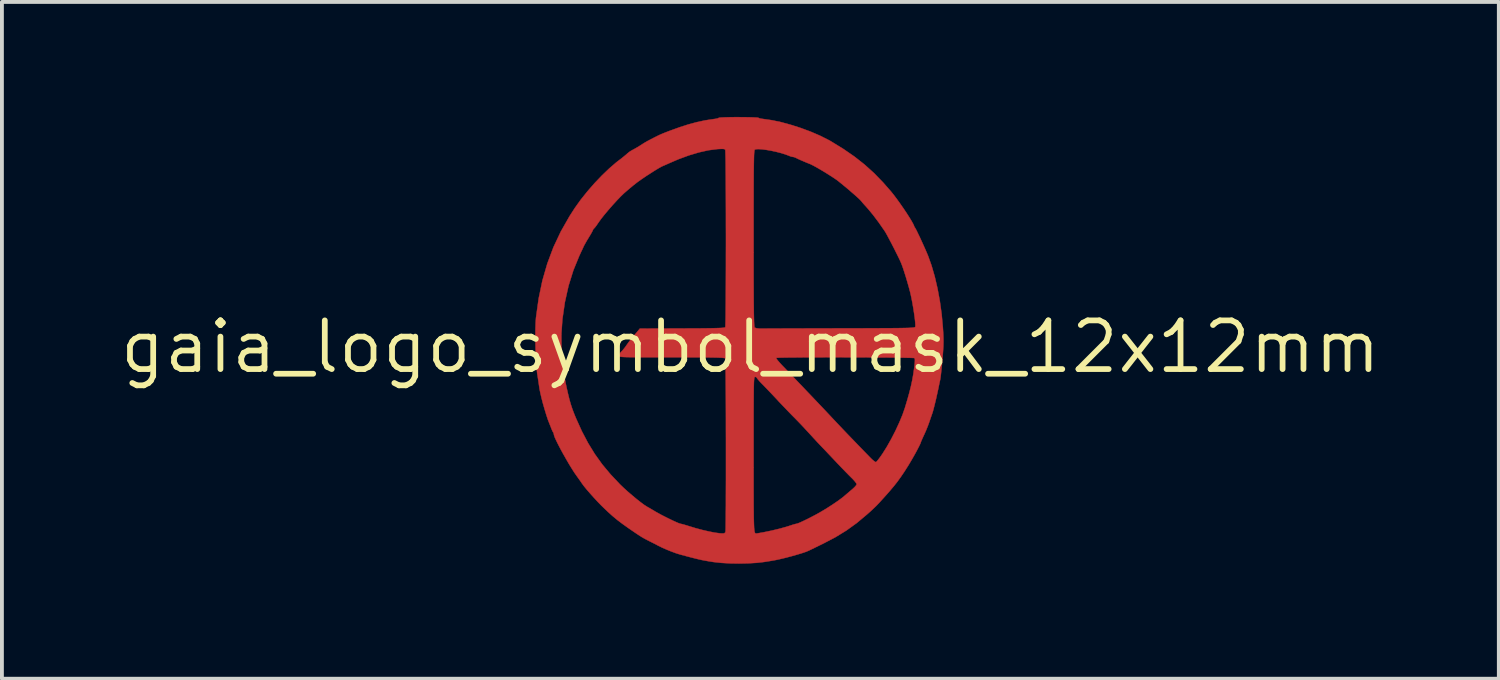
<source format=kicad_pcb>
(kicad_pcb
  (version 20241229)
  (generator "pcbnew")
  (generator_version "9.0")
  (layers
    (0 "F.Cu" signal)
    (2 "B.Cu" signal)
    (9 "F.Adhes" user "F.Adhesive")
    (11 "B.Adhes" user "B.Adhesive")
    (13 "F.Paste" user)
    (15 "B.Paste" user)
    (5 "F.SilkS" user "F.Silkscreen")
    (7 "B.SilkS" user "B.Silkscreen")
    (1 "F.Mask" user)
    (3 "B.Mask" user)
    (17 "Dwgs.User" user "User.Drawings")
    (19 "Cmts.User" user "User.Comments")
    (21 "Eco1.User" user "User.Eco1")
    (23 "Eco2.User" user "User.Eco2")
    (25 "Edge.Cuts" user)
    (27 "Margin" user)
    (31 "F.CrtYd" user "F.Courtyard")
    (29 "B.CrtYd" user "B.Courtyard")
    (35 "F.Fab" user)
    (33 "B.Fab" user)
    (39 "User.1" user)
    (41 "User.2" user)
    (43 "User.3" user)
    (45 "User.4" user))
  (footprint "gaia_logo_symbol_mask_12x12mm"
    (layer "F.Cu")
    (at 16.517 5.995)
    (property "Reference" "gaia_logo_symbol_mask_12x12mm" (at 0 0 0) (layer "F.SilkS") (effects (font (size 1.27 1.27) (thickness 0.15))))
    (attr through_hole)
    (fp_poly (pts (xy -0.164 -5.989) (xy -0.036 -5.987) (xy 0.071 -5.984) (xy 0.152 -5.98) (xy 0.2 -5.976) (xy 0.212 -5.972) (xy 0.231 -5.961) (xy 0.282 -5.95) (xy 0.353 -5.94) (xy 0.355 -5.94) (xy 0.569 -5.909) (xy 0.809 -5.858) (xy 1.063 -5.788) (xy 1.322 -5.705) (xy 1.577 -5.61) (xy 1.816 -5.507) (xy 2.031 -5.399) (xy 2.1 -5.361) (xy 2.424 -5.162) (xy 2.714 -4.962) (xy 2.978 -4.754) (xy 3.224 -4.532) (xy 3.461 -4.288) (xy 3.676 -4.042) (xy 3.749 -3.95) (xy 3.829 -3.843) (xy 3.912 -3.727) (xy 3.996 -3.606) (xy 4.075 -3.488) (xy 4.146 -3.377) (xy 4.205 -3.28) (xy 4.248 -3.202) (xy 4.272 -3.149) (xy 4.276 -3.133) (xy 4.291 -3.109) (xy 4.293 -3.108) (xy 4.306 -3.087) (xy 4.334 -3.035) (xy 4.371 -2.958) (xy 4.417 -2.863) (xy 4.466 -2.756) (xy 4.516 -2.646) (xy 4.564 -2.539) (xy 4.606 -2.441) (xy 4.632 -2.38) (xy 4.724 -2.124) (xy 4.808 -1.835) (xy 4.881 -1.521) (xy 4.942 -1.19) (xy 4.989 -0.851) (xy 5.02 -0.511) (xy 5.021 -0.5) (xy 5.03 -0.357) (xy 5.035 -0.236) (xy 5.036 -0.125) (xy 5.033 -0.011) (xy 5.025 0.118) (xy 5.013 0.274) (xy 5.009 0.315) (xy 4.997 0.453) (xy 4.984 0.583) (xy 4.972 0.696) (xy 4.962 0.785) (xy 4.953 0.841) (xy 4.952 0.847) (xy 4.938 0.912) (xy 4.919 1.002) (xy 4.899 1.101) (xy 4.892 1.132) (xy 4.867 1.247) (xy 4.84 1.368) (xy 4.811 1.487) (xy 4.784 1.594) (xy 4.761 1.681) (xy 4.743 1.738) (xy 4.74 1.746) (xy 4.726 1.786) (xy 4.703 1.852) (xy 4.675 1.934) (xy 4.667 1.958) (xy 4.629 2.062) (xy 4.581 2.181) (xy 4.533 2.289) (xy 4.527 2.301) (xy 4.491 2.38) (xy 4.463 2.443) (xy 4.447 2.482) (xy 4.445 2.489) (xy 4.435 2.519) (xy 4.407 2.578) (xy 4.365 2.66) (xy 4.314 2.756) (xy 4.256 2.86) (xy 4.196 2.964) (xy 4.138 3.062) (xy 4.114 3.101) (xy 4.013 3.26) (xy 3.922 3.394) (xy 3.834 3.516) (xy 3.74 3.635) (xy 3.631 3.764) (xy 3.527 3.882) (xy 3.43 3.989) (xy 3.352 4.075) (xy 3.283 4.147) (xy 3.213 4.214) (xy 3.134 4.288) (xy 3.037 4.374) (xy 2.774 4.594) (xy 2.505 4.788) (xy 2.218 4.964) (xy 1.901 5.13) (xy 1.893 5.134) (xy 1.781 5.188) (xy 1.681 5.237) (xy 1.599 5.277) (xy 1.542 5.305) (xy 1.518 5.316) (xy 1.451 5.344) (xy 1.348 5.379) (xy 1.215 5.419) (xy 1.092 5.454) (xy 0.935 5.496) (xy 0.803 5.528) (xy 0.682 5.555) (xy 0.557 5.578) (xy 0.413 5.601) (xy 0.364 5.609) (xy 0.166 5.632) (xy -0.059 5.645) (xy -0.297 5.65) (xy -0.536 5.646) (xy -0.762 5.633) (xy -0.961 5.611) (xy -0.974 5.609) (xy -1.081 5.592) (xy -1.177 5.575) (xy -1.271 5.557) (xy -1.371 5.534) (xy -1.484 5.506) (xy -1.62 5.471) (xy -1.785 5.427) (xy -1.849 5.409) (xy -1.939 5.381) (xy -2.053 5.339) (xy -2.175 5.29) (xy -2.292 5.239) (xy -2.388 5.192) (xy -2.412 5.18) (xy -2.474 5.146) (xy -2.552 5.107) (xy -2.592 5.087) (xy -2.693 5.036) (xy -2.772 4.994) (xy -2.842 4.953) (xy -2.92 4.903) (xy -2.995 4.853) (xy -3.179 4.727) (xy -3.335 4.616) (xy -3.472 4.512) (xy -3.597 4.408) (xy -3.719 4.298) (xy -3.846 4.176) (xy -3.895 4.128) (xy -3.986 4.034) (xy -4.082 3.93) (xy -4.177 3.824) (xy -4.264 3.724) (xy -4.335 3.637) (xy -4.383 3.573) (xy -4.385 3.57) (xy -4.43 3.504) (xy -4.487 3.424) (xy -4.529 3.365) (xy -4.589 3.28) (xy -4.656 3.174) (xy -4.73 3.054) (xy -4.805 2.924) (xy -4.88 2.792) (xy -4.95 2.664) (xy -5.012 2.545) (xy -5.063 2.441) (xy -5.101 2.358) (xy -5.12 2.303) (xy -5.122 2.289) (xy -5.132 2.246) (xy -5.14 2.232) (xy -5.159 2.2) (xy -5.182 2.147) (xy -5.186 2.138) (xy -5.213 2.067) (xy -5.24 2.001) (xy -5.24 2) (xy -5.278 1.903) (xy -5.32 1.776) (xy -5.364 1.631) (xy -5.408 1.478) (xy -5.447 1.328) (xy -5.478 1.193) (xy -5.5 1.084) (xy -5.503 1.06) (xy -5.515 0.977) (xy -5.531 0.869) (xy -5.549 0.754) (xy -5.558 0.699) (xy -5.571 0.585) (xy -5.583 0.439) (xy -5.593 0.268) (xy -5.6 0.082) (xy -5.604 -0.109) (xy -5.606 -0.297) (xy -5.605 -0.328) (xy -4.928 -0.328) (xy -4.926 0.069) (xy -4.897 0.46) (xy -4.84 0.831) (xy -4.837 0.842) (xy -4.795 1.048) (xy -4.756 1.22) (xy -4.72 1.367) (xy -4.683 1.497) (xy -4.643 1.618) (xy -4.598 1.737) (xy -4.55 1.855) (xy -4.394 2.2) (xy -4.231 2.51) (xy -4.056 2.795) (xy -3.864 3.063) (xy -3.648 3.322) (xy -3.404 3.581) (xy -3.397 3.588) (xy -3.303 3.678) (xy -3.194 3.777) (xy -3.078 3.876) (xy -2.963 3.972) (xy -2.856 4.056) (xy -2.764 4.124) (xy -2.694 4.168) (xy -2.692 4.17) (xy -2.647 4.195) (xy -2.578 4.235) (xy -2.501 4.281) (xy -2.487 4.29) (xy -2.41 4.333) (xy -2.317 4.384) (xy -2.213 4.437) (xy -2.108 4.489) (xy -2.008 4.537) (xy -1.922 4.576) (xy -1.857 4.603) (xy -1.821 4.614) (xy -1.819 4.614) (xy -1.788 4.621) (xy -1.726 4.637) (xy -1.646 4.661) (xy -1.599 4.676) (xy -1.424 4.729) (xy -1.248 4.776) (xy -1.079 4.815) (xy -0.926 4.845) (xy -0.798 4.862) (xy -0.738 4.866) (xy -0.684 4.863) (xy -0.657 4.843) (xy -0.649 4.821) (xy -0.646 4.791) (xy -0.644 4.723) (xy -0.643 4.62) (xy -0.641 4.485) (xy -0.64 4.322) (xy -0.638 4.134) (xy -0.638 3.924) (xy -0.637 3.696) (xy -0.636 3.453) (xy -0.636 3.198) (xy -0.636 2.935) (xy -0.636 2.813) (xy 0.085 2.813) (xy 0.085 3.153) (xy 0.085 3.453) (xy 0.085 3.715) (xy 0.086 3.943) (xy 0.086 4.138) (xy 0.088 4.303) (xy 0.089 4.441) (xy 0.092 4.555) (xy 0.095 4.646) (xy 0.098 4.716) (xy 0.103 4.77) (xy 0.108 4.809) (xy 0.114 4.835) (xy 0.122 4.852) (xy 0.13 4.861) (xy 0.14 4.865) (xy 0.151 4.867) (xy 0.151 4.867) (xy 0.177 4.864) (xy 0.234 4.855) (xy 0.311 4.841) (xy 0.342 4.836) (xy 0.55 4.793) (xy 0.754 4.744) (xy 0.939 4.693) (xy 1.027 4.665) (xy 1.102 4.64) (xy 1.164 4.622) (xy 1.198 4.615) (xy 1.2 4.614) (xy 1.236 4.605) (xy 1.302 4.578) (xy 1.39 4.537) (xy 1.494 4.487) (xy 1.605 4.43) (xy 1.717 4.371) (xy 1.819 4.314) (xy 1.982 4.217) (xy 2.139 4.116) (xy 2.282 4.019) (xy 2.402 3.93) (xy 2.468 3.875) (xy 2.533 3.819) (xy 2.611 3.753) (xy 2.664 3.708) (xy 2.719 3.657) (xy 2.759 3.611) (xy 2.773 3.581) (xy 2.759 3.552) (xy 2.72 3.502) (xy 2.664 3.44) (xy 2.63 3.407) (xy 2.564 3.341) (xy 2.479 3.254) (xy 2.383 3.155) (xy 2.286 3.053) (xy 2.244 3.009) (xy 2.151 2.91) (xy 2.056 2.81) (xy 1.97 2.719) (xy 1.899 2.645) (xy 1.873 2.618) (xy 1.81 2.552) (xy 1.729 2.466) (xy 1.639 2.368) (xy 1.55 2.271) (xy 1.534 2.254) (xy 1.438 2.15) (xy 1.331 2.035) (xy 1.225 1.925) (xy 1.135 1.833) (xy 1.132 1.831) (xy 1.048 1.745) (xy 0.946 1.639) (xy 0.837 1.525) (xy 0.732 1.415) (xy 0.699 1.378) (xy 0.604 1.277) (xy 0.507 1.175) (xy 0.415 1.079) (xy 0.34 1.001) (xy 0.312 0.973) (xy 0.25 0.909) (xy 0.202 0.854) (xy 0.174 0.817) (xy 0.169 0.807) (xy 0.152 0.788) (xy 0.127 0.783) (xy 0.12 0.784) (xy 0.114 0.787) (xy 0.108 0.796) (xy 0.104 0.812) (xy 0.1 0.839) (xy 0.096 0.878) (xy 0.093 0.933) (xy 0.091 1.006) (xy 0.089 1.098) (xy 0.088 1.214) (xy 0.087 1.355) (xy 0.086 1.523) (xy 0.085 1.722) (xy 0.085 1.954) (xy 0.085 2.22) (xy 0.085 2.525) (xy 0.085 2.813) (xy -0.636 2.813) (xy -0.636 2.668) (xy -0.636 2.399) (xy -0.637 2.133) (xy -0.637 1.871) (xy -0.638 1.619) (xy -0.639 1.379) (xy -0.64 1.154) (xy -0.642 0.948) (xy -0.643 0.765) (xy -0.645 0.607) (xy -0.647 0.478) (xy -0.649 0.382) (xy -0.651 0.321) (xy -0.653 0.3) (xy -0.664 0.294) (xy -0.69 0.29) (xy -0.709 0.288) (xy 0.674 0.288) (xy 0.68 0.307) (xy 0.711 0.35) (xy 0.762 0.41) (xy 0.829 0.483) (xy 0.84 0.494) (xy 0.906 0.562) (xy 0.994 0.655) (xy 1.1 0.765) (xy 1.216 0.887) (xy 1.338 1.014) (xy 1.45 1.132) (xy 1.604 1.293) (xy 1.734 1.43) (xy 1.846 1.548) (xy 1.945 1.652) (xy 2.036 1.749) (xy 2.126 1.845) (xy 2.204 1.928) (xy 2.266 1.994) (xy 2.347 2.079) (xy 2.442 2.179) (xy 2.546 2.288) (xy 2.656 2.402) (xy 2.766 2.516) (xy 2.872 2.626) (xy 2.969 2.726) (xy 3.053 2.812) (xy 3.119 2.88) (xy 3.163 2.924) (xy 3.175 2.936) (xy 3.224 2.977) (xy 3.262 3.002) (xy 3.274 3.006) (xy 3.295 2.989) (xy 3.333 2.944) (xy 3.384 2.876) (xy 3.442 2.793) (xy 3.448 2.784) (xy 3.561 2.604) (xy 3.675 2.401) (xy 3.785 2.187) (xy 3.884 1.973) (xy 3.969 1.769) (xy 4.032 1.587) (xy 4.095 1.376) (xy 4.146 1.194) (xy 4.187 1.031) (xy 4.22 0.877) (xy 4.248 0.721) (xy 4.272 0.554) (xy 4.278 0.512) (xy 4.289 0.403) (xy 4.291 0.332) (xy 4.283 0.296) (xy 4.281 0.293) (xy 4.257 0.29) (xy 4.195 0.287) (xy 4.098 0.285) (xy 3.97 0.282) (xy 3.815 0.28) (xy 3.636 0.278) (xy 3.438 0.277) (xy 3.224 0.275) (xy 2.997 0.274) (xy 2.763 0.273) (xy 2.524 0.273) (xy 2.284 0.272) (xy 2.047 0.272) (xy 1.817 0.273) (xy 1.598 0.273) (xy 1.393 0.274) (xy 1.207 0.276) (xy 1.042 0.277) (xy 0.903 0.279) (xy 0.793 0.281) (xy 0.717 0.284) (xy 0.678 0.287) (xy 0.674 0.288) (xy -0.709 0.288) (xy -0.733 0.285) (xy -0.798 0.282) (xy -0.886 0.279) (xy -1 0.277) (xy -1.142 0.275) (xy -1.316 0.274) (xy -1.525 0.273) (xy -1.77 0.272) (xy -2.05 0.272) (xy -2.325 0.272) (xy -2.561 0.272) (xy -2.761 0.272) (xy -2.927 0.271) (xy -3.064 0.27) (xy -3.173 0.269) (xy -3.257 0.267) (xy -3.321 0.264) (xy -3.367 0.26) (xy -3.397 0.256) (xy -3.416 0.251) (xy -3.425 0.245) (xy -3.429 0.237) (xy -3.429 0.229) (xy -3.414 0.188) (xy -3.378 0.139) (xy -3.366 0.127) (xy -3.319 0.076) (xy -3.264 0.007) (xy -3.23 -0.042) (xy -3.174 -0.121) (xy -3.107 -0.208) (xy -3.063 -0.261) (xy -3.007 -0.326) (xy -2.956 -0.386) (xy -2.925 -0.423) (xy -2.882 -0.476) (xy -1.777 -0.48) (xy -1.524 -0.481) (xy -1.31 -0.482) (xy -1.133 -0.484) (xy -0.989 -0.486) (xy -0.875 -0.489) (xy -0.788 -0.492) (xy -0.726 -0.496) (xy -0.684 -0.501) (xy -0.661 -0.507) (xy -0.654 -0.512) (xy -0.651 -0.537) (xy -0.649 -0.601) (xy -0.646 -0.701) (xy -0.644 -0.833) (xy -0.643 -0.994) (xy -0.641 -1.18) (xy -0.64 -1.389) (xy -0.639 -1.617) (xy -0.638 -1.86) (xy -0.637 -2.116) (xy -0.637 -2.38) (xy -0.636 -2.65) (xy -0.636 -2.825) (xy 0.085 -2.825) (xy 0.085 -2.455) (xy 0.085 -2.126) (xy 0.085 -1.834) (xy 0.086 -1.578) (xy 0.087 -1.356) (xy 0.088 -1.166) (xy 0.09 -1.004) (xy 0.091 -0.87) (xy 0.094 -0.76) (xy 0.096 -0.673) (xy 0.099 -0.607) (xy 0.102 -0.559) (xy 0.106 -0.527) (xy 0.11 -0.509) (xy 0.113 -0.503) (xy 0.155 -0.486) (xy 0.234 -0.477) (xy 0.299 -0.477) (xy 0.343 -0.477) (xy 0.426 -0.477) (xy 0.545 -0.478) (xy 0.696 -0.478) (xy 0.877 -0.479) (xy 1.083 -0.48) (xy 1.311 -0.48) (xy 1.559 -0.481) (xy 1.823 -0.481) (xy 2.099 -0.482) (xy 2.373 -0.483) (xy 2.702 -0.483) (xy 2.991 -0.484) (xy 3.243 -0.485) (xy 3.46 -0.486) (xy 3.645 -0.487) (xy 3.801 -0.488) (xy 3.929 -0.49) (xy 4.034 -0.492) (xy 4.116 -0.494) (xy 4.18 -0.497) (xy 4.227 -0.501) (xy 4.26 -0.504) (xy 4.281 -0.509) (xy 4.294 -0.514) (xy 4.3 -0.52) (xy 4.302 -0.525) (xy 4.304 -0.569) (xy 4.299 -0.646) (xy 4.288 -0.749) (xy 4.271 -0.87) (xy 4.251 -1.002) (xy 4.228 -1.136) (xy 4.203 -1.266) (xy 4.178 -1.383) (xy 4.167 -1.429) (xy 4.134 -1.552) (xy 4.095 -1.69) (xy 4.053 -1.831) (xy 4.011 -1.964) (xy 3.972 -2.081) (xy 3.939 -2.17) (xy 3.93 -2.191) (xy 3.898 -2.263) (xy 3.852 -2.358) (xy 3.796 -2.47) (xy 3.736 -2.59) (xy 3.674 -2.71) (xy 3.615 -2.821) (xy 3.564 -2.917) (xy 3.524 -2.988) (xy 3.504 -3.02) (xy 3.346 -3.247) (xy 3.203 -3.437) (xy 3.076 -3.591) (xy 3.053 -3.617) (xy 2.989 -3.688) (xy 2.935 -3.749) (xy 2.898 -3.794) (xy 2.886 -3.808) (xy 2.859 -3.837) (xy 2.805 -3.888) (xy 2.732 -3.954) (xy 2.645 -4.029) (xy 2.552 -4.11) (xy 2.458 -4.188) (xy 2.37 -4.26) (xy 2.296 -4.32) (xy 2.244 -4.359) (xy 2.16 -4.416) (xy 2.059 -4.481) (xy 1.949 -4.55) (xy 1.837 -4.617) (xy 1.732 -4.678) (xy 1.642 -4.727) (xy 1.575 -4.761) (xy 1.551 -4.771) (xy 1.485 -4.797) (xy 1.401 -4.832) (xy 1.313 -4.87) (xy 1.235 -4.905) (xy 1.182 -4.932) (xy 1.18 -4.933) (xy 1.132 -4.95) (xy 1.109 -4.953) (xy 1.067 -4.961) (xy 1.012 -4.981) (xy 1.009 -4.983) (xy 0.914 -5.019) (xy 0.801 -5.054) (xy 0.676 -5.086) (xy 0.547 -5.114) (xy 0.422 -5.136) (xy 0.308 -5.151) (xy 0.214 -5.157) (xy 0.146 -5.154) (xy 0.116 -5.143) (xy 0.111 -5.135) (xy 0.107 -5.118) (xy 0.103 -5.09) (xy 0.099 -5.049) (xy 0.096 -4.992) (xy 0.094 -4.917) (xy 0.092 -4.821) (xy 0.09 -4.703) (xy 0.088 -4.561) (xy 0.087 -4.391) (xy 0.086 -4.191) (xy 0.086 -3.96) (xy 0.085 -3.695) (xy 0.085 -3.393) (xy 0.085 -3.053) (xy 0.085 -2.825) (xy -0.636 -2.825) (xy -0.636 -2.922) (xy -0.637 -3.193) (xy -0.637 -3.459) (xy -0.638 -3.718) (xy -0.639 -3.965) (xy -0.64 -4.198) (xy -0.641 -4.413) (xy -0.643 -4.606) (xy -0.644 -4.775) (xy -0.646 -4.916) (xy -0.649 -5.026) (xy -0.651 -5.101) (xy -0.654 -5.138) (xy -0.654 -5.141) (xy -0.672 -5.155) (xy -0.707 -5.162) (xy -0.769 -5.162) (xy -0.864 -5.157) (xy -0.87 -5.156) (xy -1.095 -5.127) (xy -1.343 -5.071) (xy -1.607 -4.992) (xy -1.878 -4.892) (xy -2.11 -4.792) (xy -2.182 -4.76) (xy -2.245 -4.732) (xy -2.273 -4.721) (xy -2.323 -4.697) (xy -2.399 -4.654) (xy -2.495 -4.596) (xy -2.601 -4.528) (xy -2.712 -4.457) (xy -2.818 -4.385) (xy -2.912 -4.319) (xy -2.953 -4.289) (xy -3.045 -4.217) (xy -3.151 -4.129) (xy -3.254 -4.041) (xy -3.298 -4.002) (xy -3.387 -3.916) (xy -3.489 -3.809) (xy -3.599 -3.688) (xy -3.708 -3.563) (xy -3.81 -3.441) (xy -3.897 -3.331) (xy -3.962 -3.24) (xy -3.97 -3.228) (xy -4.013 -3.165) (xy -4.052 -3.114) (xy -4.072 -3.092) (xy -4.1 -3.061) (xy -4.106 -3.045) (xy -4.117 -3.02) (xy -4.145 -2.968) (xy -4.186 -2.898) (xy -4.211 -2.857) (xy -4.263 -2.772) (xy -4.309 -2.69) (xy -4.344 -2.626) (xy -4.352 -2.608) (xy -4.378 -2.55) (xy -4.416 -2.47) (xy -4.456 -2.384) (xy -4.461 -2.373) (xy -4.615 -1.997) (xy -4.741 -1.593) (xy -4.837 -1.163) (xy -4.901 -0.72) (xy -4.928 -0.328) (xy -5.605 -0.328) (xy -5.604 -0.472) (xy -5.599 -0.626) (xy -5.591 -0.749) (xy -5.589 -0.768) (xy -5.52 -1.262) (xy -5.423 -1.728) (xy -5.295 -2.171) (xy -5.136 -2.596) (xy -4.943 -3.006) (xy -4.715 -3.407) (xy -4.573 -3.627) (xy -4.422 -3.838) (xy -4.249 -4.054) (xy -4.063 -4.268) (xy -3.87 -4.47) (xy -3.679 -4.653) (xy -3.497 -4.81) (xy -3.442 -4.852) (xy -3.361 -4.914) (xy -3.287 -4.974) (xy -3.229 -5.022) (xy -3.209 -5.041) (xy -3.146 -5.091) (xy -3.076 -5.133) (xy -3.071 -5.135) (xy -3.012 -5.167) (xy -2.936 -5.211) (xy -2.879 -5.246) (xy -2.806 -5.293) (xy -2.746 -5.33) (xy -2.685 -5.365) (xy -2.613 -5.403) (xy -2.518 -5.452) (xy -2.487 -5.468) (xy -2.419 -5.502) (xy -2.354 -5.533) (xy -2.286 -5.562) (xy -2.206 -5.594) (xy -2.107 -5.632) (xy -1.983 -5.677) (xy -1.841 -5.728) (xy -1.624 -5.798) (xy -1.399 -5.859) (xy -1.181 -5.906) (xy -0.984 -5.936) (xy -0.968 -5.938) (xy -0.897 -5.948) (xy -0.846 -5.96) (xy -0.826 -5.971) (xy -0.826 -5.971) (xy -0.805 -5.977) (xy -0.748 -5.981) (xy -0.661 -5.985) (xy -0.547 -5.988) (xy -0.415 -5.99) (xy -0.307 -5.99) (xy -0.164 -5.989)) (stroke (width 0.01) (type solid)) (fill yes) (layer "F.Cu"))
    (fp_poly (pts (xy -0.164 -5.989) (xy -0.036 -5.987) (xy 0.071 -5.984) (xy 0.152 -5.98) (xy 0.2 -5.976) (xy 0.212 -5.972) (xy 0.231 -5.961) (xy 0.282 -5.95) (xy 0.353 -5.94) (xy 0.355 -5.94) (xy 0.569 -5.909) (xy 0.809 -5.858) (xy 1.063 -5.788) (xy 1.322 -5.705) (xy 1.577 -5.61) (xy 1.816 -5.507) (xy 2.031 -5.399) (xy 2.1 -5.361) (xy 2.424 -5.162) (xy 2.714 -4.962) (xy 2.978 -4.754) (xy 3.224 -4.532) (xy 3.461 -4.288) (xy 3.676 -4.042) (xy 3.749 -3.95) (xy 3.829 -3.843) (xy 3.912 -3.727) (xy 3.996 -3.606) (xy 4.075 -3.488) (xy 4.146 -3.377) (xy 4.205 -3.28) (xy 4.248 -3.202) (xy 4.272 -3.149) (xy 4.276 -3.133) (xy 4.291 -3.109) (xy 4.293 -3.108) (xy 4.306 -3.087) (xy 4.334 -3.035) (xy 4.371 -2.958) (xy 4.417 -2.863) (xy 4.466 -2.756) (xy 4.516 -2.646) (xy 4.564 -2.539) (xy 4.606 -2.441) (xy 4.632 -2.38) (xy 4.724 -2.124) (xy 4.808 -1.835) (xy 4.881 -1.521) (xy 4.942 -1.19) (xy 4.989 -0.851) (xy 5.02 -0.511) (xy 5.021 -0.5) (xy 5.03 -0.357) (xy 5.035 -0.236) (xy 5.036 -0.125) (xy 5.033 -0.011) (xy 5.025 0.118) (xy 5.013 0.274) (xy 5.009 0.315) (xy 4.997 0.453) (xy 4.984 0.583) (xy 4.972 0.696) (xy 4.962 0.785) (xy 4.953 0.841) (xy 4.952 0.847) (xy 4.938 0.912) (xy 4.919 1.002) (xy 4.899 1.101) (xy 4.892 1.132) (xy 4.867 1.247) (xy 4.84 1.368) (xy 4.811 1.487) (xy 4.784 1.594) (xy 4.761 1.681) (xy 4.743 1.738) (xy 4.74 1.746) (xy 4.726 1.786) (xy 4.703 1.852) (xy 4.675 1.934) (xy 4.667 1.958) (xy 4.629 2.062) (xy 4.581 2.181) (xy 4.533 2.289) (xy 4.527 2.301) (xy 4.491 2.38) (xy 4.463 2.443) (xy 4.447 2.482) (xy 4.445 2.489) (xy 4.435 2.519) (xy 4.407 2.578) (xy 4.365 2.66) (xy 4.314 2.756) (xy 4.256 2.86) (xy 4.196 2.964) (xy 4.138 3.062) (xy 4.114 3.101) (xy 4.013 3.26) (xy 3.922 3.394) (xy 3.834 3.516) (xy 3.74 3.635) (xy 3.631 3.764) (xy 3.527 3.882) (xy 3.43 3.989) (xy 3.352 4.075) (xy 3.283 4.147) (xy 3.213 4.214) (xy 3.134 4.288) (xy 3.037 4.374) (xy 2.774 4.594) (xy 2.505 4.788) (xy 2.218 4.964) (xy 1.901 5.13) (xy 1.893 5.134) (xy 1.781 5.188) (xy 1.681 5.237) (xy 1.599 5.277) (xy 1.542 5.305) (xy 1.518 5.316) (xy 1.451 5.344) (xy 1.348 5.379) (xy 1.215 5.419) (xy 1.092 5.454) (xy 0.935 5.496) (xy 0.803 5.528) (xy 0.682 5.555) (xy 0.557 5.578) (xy 0.413 5.601) (xy 0.364 5.609) (xy 0.166 5.632) (xy -0.059 5.645) (xy -0.297 5.65) (xy -0.536 5.646) (xy -0.762 5.633) (xy -0.961 5.611) (xy -0.974 5.609) (xy -1.081 5.592) (xy -1.177 5.575) (xy -1.271 5.557) (xy -1.371 5.534) (xy -1.484 5.506) (xy -1.62 5.471) (xy -1.785 5.427) (xy -1.849 5.409) (xy -1.939 5.381) (xy -2.053 5.339) (xy -2.175 5.29) (xy -2.292 5.239) (xy -2.388 5.192) (xy -2.412 5.18) (xy -2.474 5.146) (xy -2.552 5.107) (xy -2.592 5.087) (xy -2.693 5.036) (xy -2.772 4.994) (xy -2.842 4.953) (xy -2.92 4.903) (xy -2.995 4.853) (xy -3.179 4.727) (xy -3.335 4.616) (xy -3.472 4.512) (xy -3.597 4.408) (xy -3.719 4.298) (xy -3.846 4.176) (xy -3.895 4.128) (xy -3.986 4.034) (xy -4.082 3.93) (xy -4.177 3.824) (xy -4.264 3.724) (xy -4.335 3.637) (xy -4.383 3.573) (xy -4.385 3.57) (xy -4.43 3.504) (xy -4.487 3.424) (xy -4.529 3.365) (xy -4.589 3.28) (xy -4.656 3.174) (xy -4.73 3.054) (xy -4.805 2.924) (xy -4.88 2.792) (xy -4.95 2.664) (xy -5.012 2.545) (xy -5.063 2.441) (xy -5.101 2.358) (xy -5.12 2.303) (xy -5.122 2.289) (xy -5.132 2.246) (xy -5.14 2.232) (xy -5.159 2.2) (xy -5.182 2.147) (xy -5.186 2.138) (xy -5.213 2.067) (xy -5.24 2.001) (xy -5.24 2) (xy -5.278 1.903) (xy -5.32 1.776) (xy -5.364 1.631) (xy -5.408 1.478) (xy -5.447 1.328) (xy -5.478 1.193) (xy -5.5 1.084) (xy -5.503 1.06) (xy -5.515 0.977) (xy -5.531 0.869) (xy -5.549 0.754) (xy -5.558 0.699) (xy -5.571 0.585) (xy -5.583 0.439) (xy -5.593 0.268) (xy -5.6 0.082) (xy -5.604 -0.109) (xy -5.606 -0.297) (xy -5.605 -0.328) (xy -4.928 -0.328) (xy -4.926 0.069) (xy -4.897 0.46) (xy -4.84 0.831) (xy -4.837 0.842) (xy -4.795 1.048) (xy -4.756 1.22) (xy -4.72 1.367) (xy -4.683 1.497) (xy -4.643 1.618) (xy -4.598 1.737) (xy -4.55 1.855) (xy -4.394 2.2) (xy -4.231 2.51) (xy -4.056 2.795) (xy -3.864 3.063) (xy -3.648 3.322) (xy -3.404 3.581) (xy -3.397 3.588) (xy -3.303 3.678) (xy -3.194 3.777) (xy -3.078 3.876) (xy -2.963 3.972) (xy -2.856 4.056) (xy -2.764 4.124) (xy -2.694 4.168) (xy -2.692 4.17) (xy -2.647 4.195) (xy -2.578 4.235) (xy -2.501 4.281) (xy -2.487 4.29) (xy -2.41 4.333) (xy -2.317 4.384) (xy -2.213 4.437) (xy -2.108 4.489) (xy -2.008 4.537) (xy -1.922 4.576) (xy -1.857 4.603) (xy -1.821 4.614) (xy -1.819 4.614) (xy -1.788 4.621) (xy -1.726 4.637) (xy -1.646 4.661) (xy -1.599 4.676) (xy -1.424 4.729) (xy -1.248 4.776) (xy -1.079 4.815) (xy -0.926 4.845) (xy -0.798 4.862) (xy -0.738 4.866) (xy -0.684 4.863) (xy -0.657 4.843) (xy -0.649 4.821) (xy -0.646 4.791) (xy -0.644 4.723) (xy -0.643 4.62) (xy -0.641 4.485) (xy -0.64 4.322) (xy -0.638 4.134) (xy -0.638 3.924) (xy -0.637 3.696) (xy -0.636 3.453) (xy -0.636 3.198) (xy -0.636 2.935) (xy -0.636 2.813) (xy 0.085 2.813) (xy 0.085 3.153) (xy 0.085 3.453) (xy 0.085 3.715) (xy 0.086 3.943) (xy 0.086 4.138) (xy 0.088 4.303) (xy 0.089 4.441) (xy 0.092 4.555) (xy 0.095 4.646) (xy 0.098 4.716) (xy 0.103 4.77) (xy 0.108 4.809) (xy 0.114 4.835) (xy 0.122 4.852) (xy 0.13 4.861) (xy 0.14 4.865) (xy 0.151 4.867) (xy 0.151 4.867) (xy 0.177 4.864) (xy 0.234 4.855) (xy 0.311 4.841) (xy 0.342 4.836) (xy 0.55 4.793) (xy 0.754 4.744) (xy 0.939 4.693) (xy 1.027 4.665) (xy 1.102 4.64) (xy 1.164 4.622) (xy 1.198 4.615) (xy 1.2 4.614) (xy 1.236 4.605) (xy 1.302 4.578) (xy 1.39 4.537) (xy 1.494 4.487) (xy 1.605 4.43) (xy 1.717 4.371) (xy 1.819 4.314) (xy 1.982 4.217) (xy 2.139 4.116) (xy 2.282 4.019) (xy 2.402 3.93) (xy 2.468 3.875) (xy 2.533 3.819) (xy 2.611 3.753) (xy 2.664 3.708) (xy 2.719 3.657) (xy 2.759 3.611) (xy 2.773 3.581) (xy 2.759 3.552) (xy 2.72 3.502) (xy 2.664 3.44) (xy 2.63 3.407) (xy 2.564 3.341) (xy 2.479 3.254) (xy 2.383 3.155) (xy 2.286 3.053) (xy 2.244 3.009) (xy 2.151 2.91) (xy 2.056 2.81) (xy 1.97 2.719) (xy 1.899 2.645) (xy 1.873 2.618) (xy 1.81 2.552) (xy 1.729 2.466) (xy 1.639 2.368) (xy 1.55 2.271) (xy 1.534 2.254) (xy 1.438 2.15) (xy 1.331 2.035) (xy 1.225 1.925) (xy 1.135 1.833) (xy 1.132 1.831) (xy 1.048 1.745) (xy 0.946 1.639) (xy 0.837 1.525) (xy 0.732 1.415) (xy 0.699 1.378) (xy 0.604 1.277) (xy 0.507 1.175) (xy 0.415 1.079) (xy 0.34 1.001) (xy 0.312 0.973) (xy 0.25 0.909) (xy 0.202 0.854) (xy 0.174 0.817) (xy 0.169 0.807) (xy 0.152 0.788) (xy 0.127 0.783) (xy 0.12 0.784) (xy 0.114 0.787) (xy 0.108 0.796) (xy 0.104 0.812) (xy 0.1 0.839) (xy 0.096 0.878) (xy 0.093 0.933) (xy 0.091 1.006) (xy 0.089 1.098) (xy 0.088 1.214) (xy 0.087 1.355) (xy 0.086 1.523) (xy 0.085 1.722) (xy 0.085 1.954) (xy 0.085 2.22) (xy 0.085 2.525) (xy 0.085 2.813) (xy -0.636 2.813) (xy -0.636 2.668) (xy -0.636 2.399) (xy -0.637 2.133) (xy -0.637 1.871) (xy -0.638 1.619) (xy -0.639 1.379) (xy -0.64 1.154) (xy -0.642 0.948) (xy -0.643 0.765) (xy -0.645 0.607) (xy -0.647 0.478) (xy -0.649 0.382) (xy -0.651 0.321) (xy -0.653 0.3) (xy -0.664 0.294) (xy -0.69 0.29) (xy -0.709 0.288) (xy 0.674 0.288) (xy 0.68 0.307) (xy 0.711 0.35) (xy 0.762 0.41) (xy 0.829 0.483) (xy 0.84 0.494) (xy 0.906 0.562) (xy 0.994 0.655) (xy 1.1 0.765) (xy 1.216 0.887) (xy 1.338 1.014) (xy 1.45 1.132) (xy 1.604 1.293) (xy 1.734 1.43) (xy 1.846 1.548) (xy 1.945 1.652) (xy 2.036 1.749) (xy 2.126 1.845) (xy 2.204 1.928) (xy 2.266 1.994) (xy 2.347 2.079) (xy 2.442 2.179) (xy 2.546 2.288) (xy 2.656 2.402) (xy 2.766 2.516) (xy 2.872 2.626) (xy 2.969 2.726) (xy 3.053 2.812) (xy 3.119 2.88) (xy 3.163 2.924) (xy 3.175 2.936) (xy 3.224 2.977) (xy 3.262 3.002) (xy 3.274 3.006) (xy 3.295 2.989) (xy 3.333 2.944) (xy 3.384 2.876) (xy 3.442 2.793) (xy 3.448 2.784) (xy 3.561 2.604) (xy 3.675 2.401) (xy 3.785 2.187) (xy 3.884 1.973) (xy 3.969 1.769) (xy 4.032 1.587) (xy 4.095 1.376) (xy 4.146 1.194) (xy 4.187 1.031) (xy 4.22 0.877) (xy 4.248 0.721) (xy 4.272 0.554) (xy 4.278 0.512) (xy 4.289 0.403) (xy 4.291 0.332) (xy 4.283 0.296) (xy 4.281 0.293) (xy 4.257 0.29) (xy 4.195 0.287) (xy 4.098 0.285) (xy 3.97 0.282) (xy 3.815 0.28) (xy 3.636 0.278) (xy 3.438 0.277) (xy 3.224 0.275) (xy 2.997 0.274) (xy 2.763 0.273) (xy 2.524 0.273) (xy 2.284 0.272) (xy 2.047 0.272) (xy 1.817 0.273) (xy 1.598 0.273) (xy 1.393 0.274) (xy 1.207 0.276) (xy 1.042 0.277) (xy 0.903 0.279) (xy 0.793 0.281) (xy 0.717 0.284) (xy 0.678 0.287) (xy 0.674 0.288) (xy -0.709 0.288) (xy -0.733 0.285) (xy -0.798 0.282) (xy -0.886 0.279) (xy -1 0.277) (xy -1.142 0.275) (xy -1.316 0.274) (xy -1.525 0.273) (xy -1.77 0.272) (xy -2.05 0.272) (xy -2.325 0.272) (xy -2.561 0.272) (xy -2.761 0.272) (xy -2.927 0.271) (xy -3.064 0.27) (xy -3.173 0.269) (xy -3.257 0.267) (xy -3.321 0.264) (xy -3.367 0.26) (xy -3.397 0.256) (xy -3.416 0.251) (xy -3.425 0.245) (xy -3.429 0.237) (xy -3.429 0.229) (xy -3.414 0.188) (xy -3.378 0.139) (xy -3.366 0.127) (xy -3.319 0.076) (xy -3.264 0.007) (xy -3.23 -0.042) (xy -3.174 -0.121) (xy -3.107 -0.208) (xy -3.063 -0.261) (xy -3.007 -0.326) (xy -2.956 -0.386) (xy -2.925 -0.423) (xy -2.882 -0.476) (xy -1.777 -0.48) (xy -1.524 -0.481) (xy -1.31 -0.482) (xy -1.133 -0.484) (xy -0.989 -0.486) (xy -0.875 -0.489) (xy -0.788 -0.492) (xy -0.726 -0.496) (xy -0.684 -0.501) (xy -0.661 -0.507) (xy -0.654 -0.512) (xy -0.651 -0.537) (xy -0.649 -0.601) (xy -0.646 -0.701) (xy -0.644 -0.833) (xy -0.643 -0.994) (xy -0.641 -1.18) (xy -0.64 -1.389) (xy -0.639 -1.617) (xy -0.638 -1.86) (xy -0.637 -2.116) (xy -0.637 -2.38) (xy -0.636 -2.65) (xy -0.636 -2.825) (xy 0.085 -2.825) (xy 0.085 -2.455) (xy 0.085 -2.126) (xy 0.085 -1.834) (xy 0.086 -1.578) (xy 0.087 -1.356) (xy 0.088 -1.166) (xy 0.09 -1.004) (xy 0.091 -0.87) (xy 0.094 -0.76) (xy 0.096 -0.673) (xy 0.099 -0.607) (xy 0.102 -0.559) (xy 0.106 -0.527) (xy 0.11 -0.509) (xy 0.113 -0.503) (xy 0.155 -0.486) (xy 0.234 -0.477) (xy 0.299 -0.477) (xy 0.343 -0.477) (xy 0.426 -0.477) (xy 0.545 -0.478) (xy 0.696 -0.478) (xy 0.877 -0.479) (xy 1.083 -0.48) (xy 1.311 -0.48) (xy 1.559 -0.481) (xy 1.823 -0.481) (xy 2.099 -0.482) (xy 2.373 -0.483) (xy 2.702 -0.483) (xy 2.991 -0.484) (xy 3.243 -0.485) (xy 3.46 -0.486) (xy 3.645 -0.487) (xy 3.801 -0.488) (xy 3.929 -0.49) (xy 4.034 -0.492) (xy 4.116 -0.494) (xy 4.18 -0.497) (xy 4.227 -0.501) (xy 4.26 -0.504) (xy 4.281 -0.509) (xy 4.294 -0.514) (xy 4.3 -0.52) (xy 4.302 -0.525) (xy 4.304 -0.569) (xy 4.299 -0.646) (xy 4.288 -0.749) (xy 4.271 -0.87) (xy 4.251 -1.002) (xy 4.228 -1.136) (xy 4.203 -1.266) (xy 4.178 -1.383) (xy 4.167 -1.429) (xy 4.134 -1.552) (xy 4.095 -1.69) (xy 4.053 -1.831) (xy 4.011 -1.964) (xy 3.972 -2.081) (xy 3.939 -2.17) (xy 3.93 -2.191) (xy 3.898 -2.263) (xy 3.852 -2.358) (xy 3.796 -2.47) (xy 3.736 -2.59) (xy 3.674 -2.71) (xy 3.615 -2.821) (xy 3.564 -2.917) (xy 3.524 -2.988) (xy 3.504 -3.02) (xy 3.346 -3.247) (xy 3.203 -3.437) (xy 3.076 -3.591) (xy 3.053 -3.617) (xy 2.989 -3.688) (xy 2.935 -3.749) (xy 2.898 -3.794) (xy 2.886 -3.808) (xy 2.859 -3.837) (xy 2.805 -3.888) (xy 2.732 -3.954) (xy 2.645 -4.029) (xy 2.552 -4.11) (xy 2.458 -4.188) (xy 2.37 -4.26) (xy 2.296 -4.32) (xy 2.244 -4.359) (xy 2.16 -4.416) (xy 2.059 -4.481) (xy 1.949 -4.55) (xy 1.837 -4.617) (xy 1.732 -4.678) (xy 1.642 -4.727) (xy 1.575 -4.761) (xy 1.551 -4.771) (xy 1.485 -4.797) (xy 1.401 -4.832) (xy 1.313 -4.87) (xy 1.235 -4.905) (xy 1.182 -4.932) (xy 1.18 -4.933) (xy 1.132 -4.95) (xy 1.109 -4.953) (xy 1.067 -4.961) (xy 1.012 -4.981) (xy 1.009 -4.983) (xy 0.914 -5.019) (xy 0.801 -5.054) (xy 0.676 -5.086) (xy 0.547 -5.114) (xy 0.422 -5.136) (xy 0.308 -5.151) (xy 0.214 -5.157) (xy 0.146 -5.154) (xy 0.116 -5.143) (xy 0.111 -5.135) (xy 0.107 -5.118) (xy 0.103 -5.09) (xy 0.099 -5.049) (xy 0.096 -4.992) (xy 0.094 -4.917) (xy 0.092 -4.821) (xy 0.09 -4.703) (xy 0.088 -4.561) (xy 0.087 -4.391) (xy 0.086 -4.191) (xy 0.086 -3.96) (xy 0.085 -3.695) (xy 0.085 -3.393) (xy 0.085 -3.053) (xy 0.085 -2.825) (xy -0.636 -2.825) (xy -0.636 -2.922) (xy -0.637 -3.193) (xy -0.637 -3.459) (xy -0.638 -3.718) (xy -0.639 -3.965) (xy -0.64 -4.198) (xy -0.641 -4.413) (xy -0.643 -4.606) (xy -0.644 -4.775) (xy -0.646 -4.916) (xy -0.649 -5.026) (xy -0.651 -5.101) (xy -0.654 -5.138) (xy -0.654 -5.141) (xy -0.672 -5.155) (xy -0.707 -5.162) (xy -0.769 -5.162) (xy -0.864 -5.157) (xy -0.87 -5.156) (xy -1.095 -5.127) (xy -1.343 -5.071) (xy -1.607 -4.992) (xy -1.878 -4.892) (xy -2.11 -4.792) (xy -2.182 -4.76) (xy -2.245 -4.732) (xy -2.273 -4.721) (xy -2.323 -4.697) (xy -2.399 -4.654) (xy -2.495 -4.596) (xy -2.601 -4.528) (xy -2.712 -4.457) (xy -2.818 -4.385) (xy -2.912 -4.319) (xy -2.953 -4.289) (xy -3.045 -4.217) (xy -3.151 -4.129) (xy -3.254 -4.041) (xy -3.298 -4.002) (xy -3.387 -3.916) (xy -3.489 -3.809) (xy -3.599 -3.688) (xy -3.708 -3.563) (xy -3.81 -3.441) (xy -3.897 -3.331) (xy -3.962 -3.24) (xy -3.97 -3.228) (xy -4.013 -3.165) (xy -4.052 -3.114) (xy -4.072 -3.092) (xy -4.1 -3.061) (xy -4.106 -3.045) (xy -4.117 -3.02) (xy -4.145 -2.968) (xy -4.186 -2.898) (xy -4.211 -2.857) (xy -4.263 -2.772) (xy -4.309 -2.69) (xy -4.344 -2.626) (xy -4.352 -2.608) (xy -4.378 -2.55) (xy -4.416 -2.47) (xy -4.456 -2.384) (xy -4.461 -2.373) (xy -4.615 -1.997) (xy -4.741 -1.593) (xy -4.837 -1.163) (xy -4.901 -0.72) (xy -4.928 -0.328) (xy -5.605 -0.328) (xy -5.604 -0.472) (xy -5.599 -0.626) (xy -5.591 -0.749) (xy -5.589 -0.768) (xy -5.52 -1.262) (xy -5.423 -1.728) (xy -5.295 -2.171) (xy -5.136 -2.596) (xy -4.943 -3.006) (xy -4.715 -3.407) (xy -4.573 -3.627) (xy -4.422 -3.838) (xy -4.249 -4.054) (xy -4.063 -4.268) (xy -3.87 -4.47) (xy -3.679 -4.653) (xy -3.497 -4.81) (xy -3.442 -4.852) (xy -3.361 -4.914) (xy -3.287 -4.974) (xy -3.229 -5.022) (xy -3.209 -5.041) (xy -3.146 -5.091) (xy -3.076 -5.133) (xy -3.071 -5.135) (xy -3.012 -5.167) (xy -2.936 -5.211) (xy -2.879 -5.246) (xy -2.806 -5.293) (xy -2.746 -5.33) (xy -2.685 -5.365) (xy -2.613 -5.403) (xy -2.518 -5.452) (xy -2.487 -5.468) (xy -2.419 -5.502) (xy -2.354 -5.533) (xy -2.286 -5.562) (xy -2.206 -5.594) (xy -2.107 -5.632) (xy -1.983 -5.677) (xy -1.841 -5.728) (xy -1.624 -5.798) (xy -1.399 -5.859) (xy -1.181 -5.906) (xy -0.984 -5.936) (xy -0.968 -5.938) (xy -0.897 -5.948) (xy -0.846 -5.96) (xy -0.826 -5.971) (xy -0.826 -5.971) (xy -0.805 -5.977) (xy -0.748 -5.981) (xy -0.661 -5.985) (xy -0.547 -5.988) (xy -0.415 -5.99) (xy -0.307 -5.99) (xy -0.164 -5.989)) (stroke (width 0.01) (type solid)) (fill yes) (layer "F.Mask")))
  (gr_rect
    (start -3 -3)
    (end 36.035 14.65)
    (stroke (width 0.1) (type default))
    (fill no)
    (layer "Edge.Cuts")))
</source>
